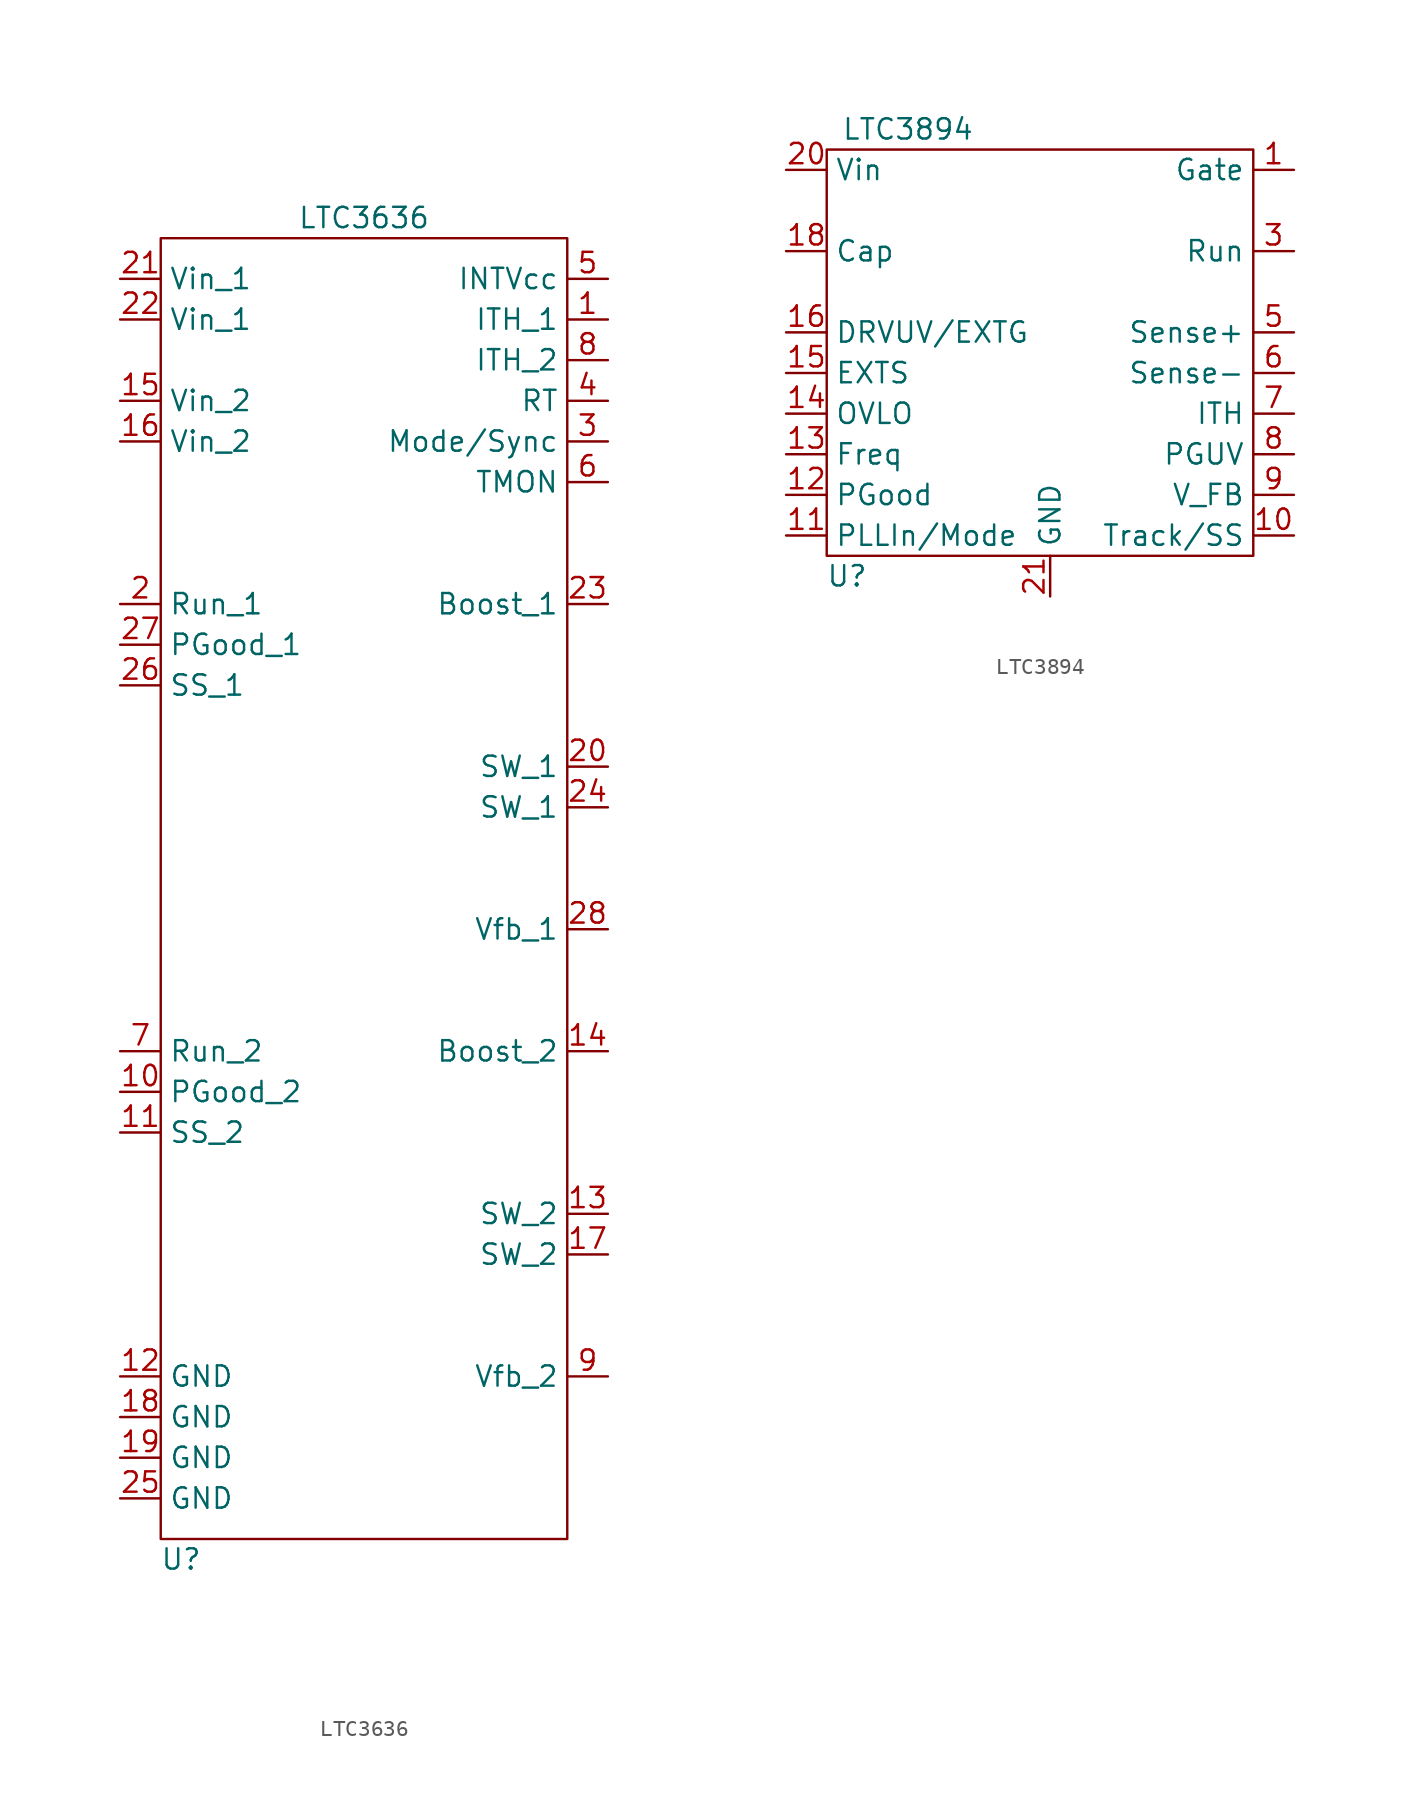
<source format=kicad_sym>
(kicad_symbol_lib
  (version 20210619)
  (generator kicad_symbol_editor)
  (symbol "ltc_regulators:LTC3636"
    (property "Reference" "U"
      (at -11.43 -41.91 0)
      (effects (font (size 1.27 1.27))))
    (property "Value" "LTC3636"
      (at 0 41.91 0)
      (effects (font (size 1.27 1.27))))
    (symbol "LTC3636_0_1"
      (rectangle (start -12.7 40.64) (end 12.7 -40.64) (stroke (width 0.152)) (fill (type none))))
    (symbol "LTC3636_1_1"
      (pin bidirectional line (at 15.24 35.56 180) (length 2.54) (name "ITH_1" (effects (font (size 1.27 1.27)))) (number "1" (effects (font (size 1.27 1.27)))))
      (pin input line (at -15.24 -12.7 0) (length 2.54) (name "PGood_2" (effects (font (size 1.27 1.27)))) (number "10" (effects (font (size 1.27 1.27)))))
      (pin input line (at -15.24 -15.24 0) (length 2.54) (name "SS_2" (effects (font (size 1.27 1.27)))) (number "11" (effects (font (size 1.27 1.27)))))
      (pin power_in line (at -15.24 -30.48 0) (length 2.54) (name "GND" (effects (font (size 1.27 1.27)))) (number "12" (effects (font (size 1.27 1.27)))))
      (pin power_out line (at 15.24 -20.32 180) (length 2.54) (name "SW_2" (effects (font (size 1.27 1.27)))) (number "13" (effects (font (size 1.27 1.27)))))
      (pin bidirectional line (at 15.24 -10.16 180) (length 2.54) (name "Boost_2" (effects (font (size 1.27 1.27)))) (number "14" (effects (font (size 1.27 1.27)))))
      (pin power_in line (at -15.24 30.48 0) (length 2.54) (name "Vin_2" (effects (font (size 1.27 1.27)))) (number "15" (effects (font (size 1.27 1.27)))))
      (pin power_in line (at -15.24 27.94 0) (length 2.54) (name "Vin_2" (effects (font (size 1.27 1.27)))) (number "16" (effects (font (size 1.27 1.27)))))
      (pin power_out line (at 15.24 -22.86 180) (length 2.54) (name "SW_2" (effects (font (size 1.27 1.27)))) (number "17" (effects (font (size 1.27 1.27)))))
      (pin power_in line (at -15.24 -33.02 0) (length 2.54) (name "GND" (effects (font (size 1.27 1.27)))) (number "18" (effects (font (size 1.27 1.27)))))
      (pin power_in line (at -15.24 -35.56 0) (length 2.54) (name "GND" (effects (font (size 1.27 1.27)))) (number "19" (effects (font (size 1.27 1.27)))))
      (pin input line (at -15.24 17.78 0) (length 2.54) (name "Run_1" (effects (font (size 1.27 1.27)))) (number "2" (effects (font (size 1.27 1.27)))))
      (pin power_out line (at 15.24 7.62 180) (length 2.54) (name "SW_1" (effects (font (size 1.27 1.27)))) (number "20" (effects (font (size 1.27 1.27)))))
      (pin power_in line (at -15.24 38.1 0) (length 2.54) (name "Vin_1" (effects (font (size 1.27 1.27)))) (number "21" (effects (font (size 1.27 1.27)))))
      (pin power_in line (at -15.24 35.56 0) (length 2.54) (name "Vin_1" (effects (font (size 1.27 1.27)))) (number "22" (effects (font (size 1.27 1.27)))))
      (pin bidirectional line (at 15.24 17.78 180) (length 2.54) (name "Boost_1" (effects (font (size 1.27 1.27)))) (number "23" (effects (font (size 1.27 1.27)))))
      (pin power_out line (at 15.24 5.08 180) (length 2.54) (name "SW_1" (effects (font (size 1.27 1.27)))) (number "24" (effects (font (size 1.27 1.27)))))
      (pin power_in line (at -15.24 -38.1 0) (length 2.54) (name "GND" (effects (font (size 1.27 1.27)))) (number "25" (effects (font (size 1.27 1.27)))))
      (pin input line (at -15.24 12.7 0) (length 2.54) (name "SS_1" (effects (font (size 1.27 1.27)))) (number "26" (effects (font (size 1.27 1.27)))))
      (pin input line (at -15.24 15.24 0) (length 2.54) (name "PGood_1" (effects (font (size 1.27 1.27)))) (number "27" (effects (font (size 1.27 1.27)))))
      (pin input line (at 15.24 -2.54 180) (length 2.54) (name "Vfb_1" (effects (font (size 1.27 1.27)))) (number "28" (effects (font (size 1.27 1.27)))))
      (pin input line (at 15.24 27.94 180) (length 2.54) (name "Mode/Sync" (effects (font (size 1.27 1.27)))) (number "3" (effects (font (size 1.27 1.27)))))
      (pin input line (at 15.24 30.48 180) (length 2.54) (name "RT" (effects (font (size 1.27 1.27)))) (number "4" (effects (font (size 1.27 1.27)))))
      (pin power_out line (at 15.24 38.1 180) (length 2.54) (name "INTVcc" (effects (font (size 1.27 1.27)))) (number "5" (effects (font (size 1.27 1.27)))))
      (pin output line (at 15.24 25.4 180) (length 2.54) (name "TMON" (effects (font (size 1.27 1.27)))) (number "6" (effects (font (size 1.27 1.27)))))
      (pin input line (at -15.24 -10.16 0) (length 2.54) (name "Run_2" (effects (font (size 1.27 1.27)))) (number "7" (effects (font (size 1.27 1.27)))))
      (pin bidirectional line (at 15.24 33.02 180) (length 2.54) (name "ITH_2" (effects (font (size 1.27 1.27)))) (number "8" (effects (font (size 1.27 1.27)))))
      (pin output line (at 15.24 -30.48 180) (length 2.54) (name "Vfb_2" (effects (font (size 1.27 1.27)))) (number "9" (effects (font (size 1.27 1.27)))))))
  (symbol "ltc_regulators:LTC3894"
    (property "Reference" "U"
      (at -12.7 -15.24 0)
      (effects (font (size 1.27 1.27))))
    (property "Value" "LTC3894"
      (at -8.89 12.7 0)
      (effects (font (size 1.27 1.27))))
    (symbol "LTC3894_0_1"
      (rectangle (start -13.97 11.43) (end 12.7 -13.97) (stroke (width 0.152)) (fill (type none))))
    (symbol "LTC3894_1_1"
      (pin output line (at 15.24 10.16 180) (length 2.54) (name "Gate" (effects (font (size 1.27 1.27)))) (number "1" (effects (font (size 1.27 1.27)))))
      (pin bidirectional line (at 15.24 -12.7 180) (length 2.54) (name "Track/SS" (effects (font (size 1.27 1.27)))) (number "10" (effects (font (size 1.27 1.27)))))
      (pin input line (at -16.51 -12.7 0) (length 2.54) (name "PLLIn/Mode" (effects (font (size 1.27 1.27)))) (number "11" (effects (font (size 1.27 1.27)))))
      (pin bidirectional line (at -16.51 -10.16 0) (length 2.54) (name "PGood" (effects (font (size 1.27 1.27)))) (number "12" (effects (font (size 1.27 1.27)))))
      (pin bidirectional line (at -16.51 -7.62 0) (length 2.54) (name "Freq" (effects (font (size 1.27 1.27)))) (number "13" (effects (font (size 1.27 1.27)))))
      (pin input line (at -16.51 -5.08 0) (length 2.54) (name "OVLO" (effects (font (size 1.27 1.27)))) (number "14" (effects (font (size 1.27 1.27)))))
      (pin bidirectional line (at -16.51 -2.54 0) (length 2.54) (name "EXTS" (effects (font (size 1.27 1.27)))) (number "15" (effects (font (size 1.27 1.27)))))
      (pin bidirectional line (at -16.51 0 0) (length 2.54) (name "DRVUV/EXTG" (effects (font (size 1.27 1.27)))) (number "16" (effects (font (size 1.27 1.27)))))
      (pin bidirectional line (at -16.51 5.08 0) (length 2.54) (name "Cap" (effects (font (size 1.27 1.27)))) (number "18" (effects (font (size 1.27 1.27)))))
      (pin power_in line (at -16.51 10.16 0) (length 2.54) (name "Vin" (effects (font (size 1.27 1.27)))) (number "20" (effects (font (size 1.27 1.27)))))
      (pin power_in line (at 0 -16.51 90) (length 2.54) (name "GND" (effects (font (size 1.27 1.27)))) (number "21" (effects (font (size 1.27 1.27)))))
      (pin input line (at 15.24 5.08 180) (length 2.54) (name "Run" (effects (font (size 1.27 1.27)))) (number "3" (effects (font (size 1.27 1.27)))))
      (pin input line (at 15.24 0 180) (length 2.54) (name "Sense+" (effects (font (size 1.27 1.27)))) (number "5" (effects (font (size 1.27 1.27)))))
      (pin input line (at 15.24 -2.54 180) (length 2.54) (name "Sense-" (effects (font (size 1.27 1.27)))) (number "6" (effects (font (size 1.27 1.27)))))
      (pin bidirectional line (at 15.24 -5.08 180) (length 2.54) (name "ITH" (effects (font (size 1.27 1.27)))) (number "7" (effects (font (size 1.27 1.27)))))
      (pin input line (at 15.24 -7.62 180) (length 2.54) (name "PGUV" (effects (font (size 1.27 1.27)))) (number "8" (effects (font (size 1.27 1.27)))))
      (pin input line (at 15.24 -10.16 180) (length 2.54) (name "V_FB" (effects (font (size 1.27 1.27)))) (number "9" (effects (font (size 1.27 1.27))))))))
</source>
